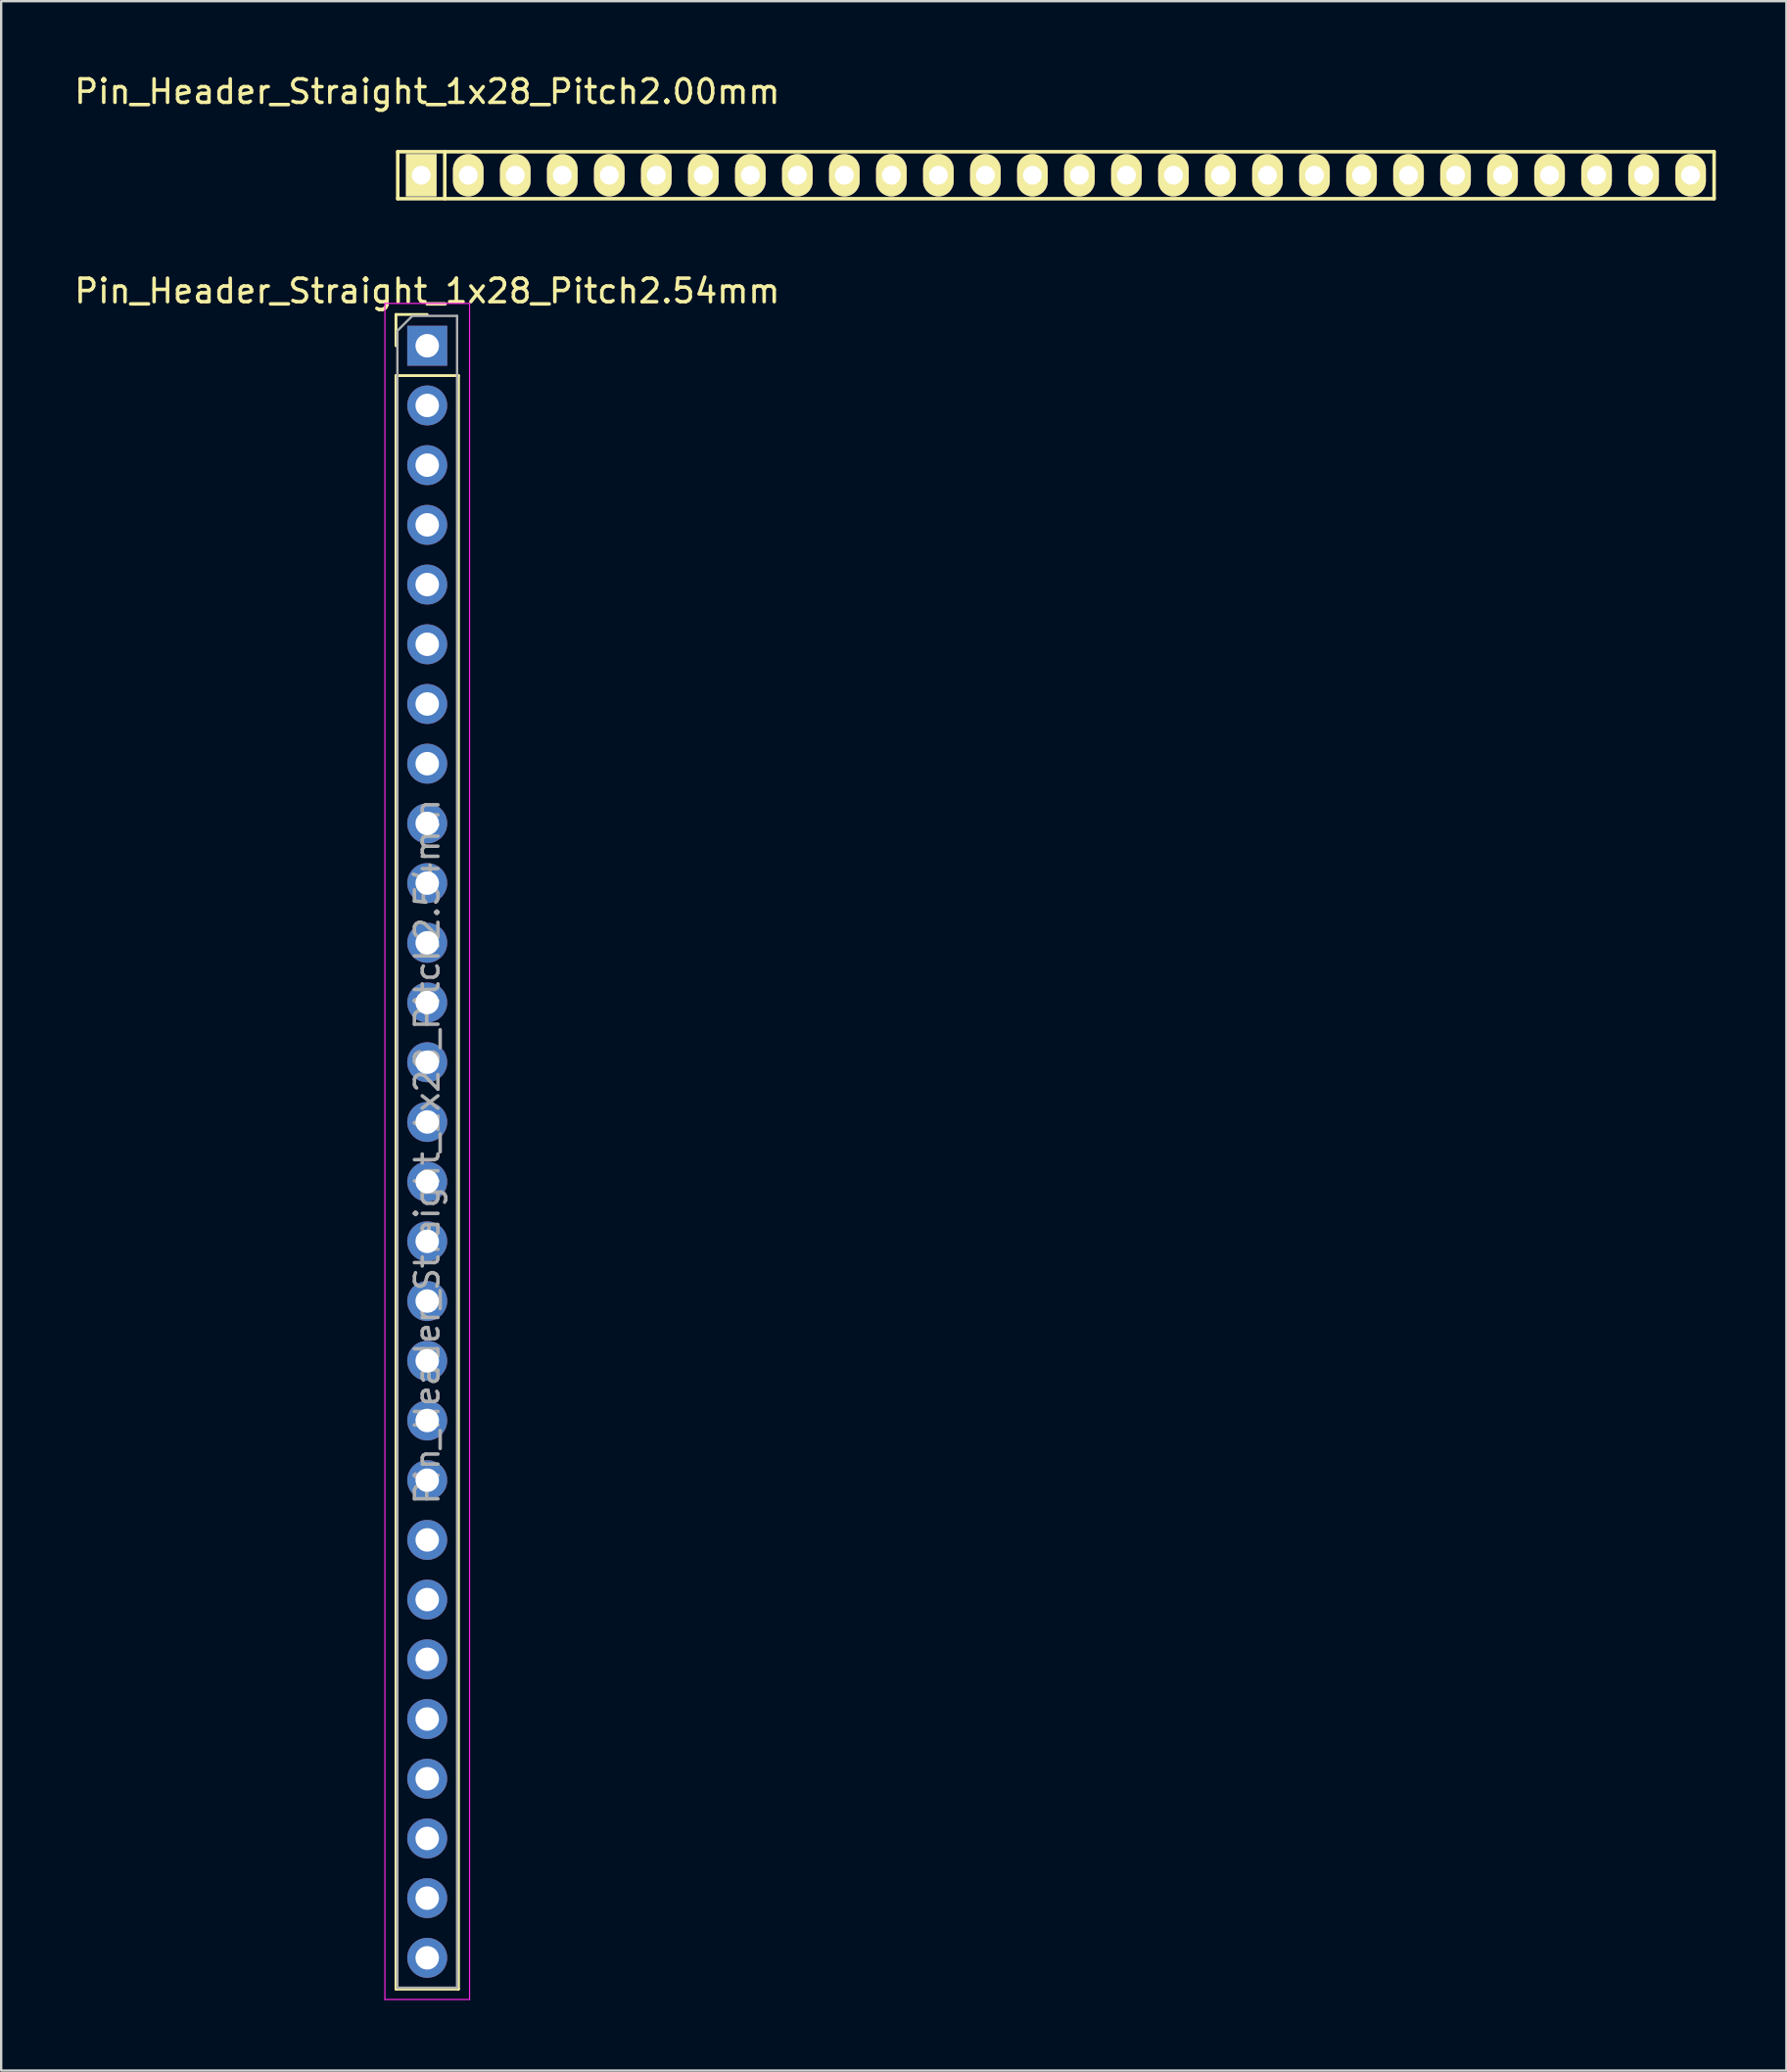
<source format=kicad_pcb>
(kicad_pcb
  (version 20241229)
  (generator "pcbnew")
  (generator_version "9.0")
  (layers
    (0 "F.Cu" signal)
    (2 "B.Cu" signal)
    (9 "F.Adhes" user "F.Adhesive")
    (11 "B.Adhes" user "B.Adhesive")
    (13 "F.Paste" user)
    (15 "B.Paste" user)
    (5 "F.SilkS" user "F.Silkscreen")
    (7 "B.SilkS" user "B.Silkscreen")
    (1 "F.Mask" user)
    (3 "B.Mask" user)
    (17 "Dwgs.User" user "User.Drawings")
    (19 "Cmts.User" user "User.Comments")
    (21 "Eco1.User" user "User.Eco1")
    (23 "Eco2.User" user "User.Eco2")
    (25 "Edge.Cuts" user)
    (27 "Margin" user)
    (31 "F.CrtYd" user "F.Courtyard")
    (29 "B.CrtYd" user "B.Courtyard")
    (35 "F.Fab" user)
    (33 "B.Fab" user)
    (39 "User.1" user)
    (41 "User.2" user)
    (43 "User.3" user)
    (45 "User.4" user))
  (footprint "Pin_Header_Straight_1x28_Pitch2.00mm"
    (layer "F.Cu")
    (at 14.871 4.404)
    (property "Reference" "Pin_Header_Straight_1x28_Pitch2.00mm" (at 0.254 -3.556 0) (layer "F.SilkS") (effects (font (size 1 1) (thickness 0.15))))
    (attr through_hole)
    (fp_line (start -1 -1) (end 55 -1) (stroke (width 0.15) (type solid)) (layer "F.SilkS"))
    (fp_line (start -1 1) (end -1 -1) (stroke (width 0.15) (type solid)) (layer "F.SilkS"))
    (fp_line (start 1 -1) (end 1 1) (stroke (width 0.15) (type solid)) (layer "F.SilkS"))
    (fp_line (start 55 -1) (end 55 1) (stroke (width 0.15) (type solid)) (layer "F.SilkS"))
    (fp_line (start 55 1) (end -1 1) (stroke (width 0.15) (type solid)) (layer "F.SilkS"))
    (pad "1" thru_hole rect (at 0 0) (size 1.3 1.8) (drill 0.8) (layers "*.Cu" "*.Mask" "F.SilkS"))
    (pad "2" thru_hole oval (at 2 0) (size 1.3 1.8) (drill 0.8) (layers "*.Cu" "*.Mask" "F.SilkS"))
    (pad "3" thru_hole oval (at 4 0) (size 1.3 1.8) (drill 0.8) (layers "*.Cu" "*.Mask" "F.SilkS"))
    (pad "4" thru_hole oval (at 6 0) (size 1.3 1.8) (drill 0.8) (layers "*.Cu" "*.Mask" "F.SilkS"))
    (pad "5" thru_hole oval (at 8 0) (size 1.3 1.8) (drill 0.8) (layers "*.Cu" "*.Mask" "F.SilkS"))
    (pad "6" thru_hole oval (at 10 0) (size 1.3 1.8) (drill 0.8) (layers "*.Cu" "*.Mask" "F.SilkS"))
    (pad "7" thru_hole oval (at 12 0) (size 1.3 1.8) (drill 0.8) (layers "*.Cu" "*.Mask" "F.SilkS"))
    (pad "8" thru_hole oval (at 14 0) (size 1.3 1.8) (drill 0.8) (layers "*.Cu" "*.Mask" "F.SilkS"))
    (pad "9" thru_hole oval (at 16 0) (size 1.3 1.8) (drill 0.8) (layers "*.Cu" "*.Mask" "F.SilkS"))
    (pad "10" thru_hole oval (at 18 0) (size 1.3 1.8) (drill 0.8) (layers "*.Cu" "*.Mask" "F.SilkS"))
    (pad "11" thru_hole oval (at 20 0) (size 1.3 1.8) (drill 0.8) (layers "*.Cu" "*.Mask" "F.SilkS"))
    (pad "12" thru_hole oval (at 22 0) (size 1.3 1.8) (drill 0.8) (layers "*.Cu" "*.Mask" "F.SilkS"))
    (pad "13" thru_hole oval (at 24 0) (size 1.3 1.8) (drill 0.8) (layers "*.Cu" "*.Mask" "F.SilkS"))
    (pad "14" thru_hole oval (at 26 0) (size 1.3 1.8) (drill 0.8) (layers "*.Cu" "*.Mask" "F.SilkS"))
    (pad "15" thru_hole oval (at 28 0) (size 1.3 1.8) (drill 0.8) (layers "*.Cu" "*.Mask" "F.SilkS"))
    (pad "16" thru_hole oval (at 30 0) (size 1.3 1.8) (drill 0.8) (layers "*.Cu" "*.Mask" "F.SilkS"))
    (pad "17" thru_hole oval (at 32 0) (size 1.3 1.8) (drill 0.8) (layers "*.Cu" "*.Mask" "F.SilkS"))
    (pad "18" thru_hole oval (at 34 0) (size 1.3 1.8) (drill 0.8) (layers "*.Cu" "*.Mask" "F.SilkS"))
    (pad "19" thru_hole oval (at 36 0) (size 1.3 1.8) (drill 0.8) (layers "*.Cu" "*.Mask" "F.SilkS"))
    (pad "20" thru_hole oval (at 38 0) (size 1.3 1.8) (drill 0.8) (layers "*.Cu" "*.Mask" "F.SilkS"))
    (pad "21" thru_hole oval (at 40 0) (size 1.3 1.8) (drill 0.8) (layers "*.Cu" "*.Mask" "F.SilkS"))
    (pad "22" thru_hole oval (at 42 0) (size 1.3 1.8) (drill 0.8) (layers "*.Cu" "*.Mask" "F.SilkS"))
    (pad "23" thru_hole oval (at 44 0) (size 1.3 1.8) (drill 0.8) (layers "*.Cu" "*.Mask" "F.SilkS"))
    (pad "24" thru_hole oval (at 46 0) (size 1.3 1.8) (drill 0.8) (layers "*.Cu" "*.Mask" "F.SilkS"))
    (pad "25" thru_hole oval (at 48 0) (size 1.3 1.8) (drill 0.8) (layers "*.Cu" "*.Mask" "F.SilkS"))
    (pad "26" thru_hole oval (at 50 0) (size 1.3 1.8) (drill 0.8) (layers "*.Cu" "*.Mask" "F.SilkS"))
    (pad "27" thru_hole oval (at 52 0) (size 1.3 1.8) (drill 0.8) (layers "*.Cu" "*.Mask" "F.SilkS"))
    (pad "28" thru_hole oval (at 54 0) (size 1.3 1.8) (drill 0.8) (layers "*.Cu" "*.Mask" "F.SilkS")))
  (footprint "Pin_Header_Straight_1x28_Pitch2.54mm"
    (layer "F.Cu")
    (at 15.125 11.658)
    (property "Reference" "Pin_Header_Straight_1x28_Pitch2.54mm" (at 0 -2.33 0) (layer "F.SilkS") (effects (font (size 1 1) (thickness 0.15))))
    (attr through_hole)
    (fp_line (start -1.33 -1.33) (end 0 -1.33) (stroke (width 0.12) (type solid)) (layer "F.SilkS"))
    (fp_line (start -1.33 0) (end -1.33 -1.33) (stroke (width 0.12) (type solid)) (layer "F.SilkS"))
    (fp_line (start -1.33 1.27) (end -1.33 69.91) (stroke (width 0.12) (type solid)) (layer "F.SilkS"))
    (fp_line (start -1.33 69.91) (end 1.33 69.91) (stroke (width 0.12) (type solid)) (layer "F.SilkS"))
    (fp_line (start 1.33 1.27) (end -1.33 1.27) (stroke (width 0.12) (type solid)) (layer "F.SilkS"))
    (fp_line (start 1.33 69.91) (end 1.33 1.27) (stroke (width 0.12) (type solid)) (layer "F.SilkS"))
    (fp_line (start -1.8 -1.8) (end -1.8 70.35) (stroke (width 0.05) (type solid)) (layer "F.CrtYd"))
    (fp_line (start -1.8 70.35) (end 1.8 70.35) (stroke (width 0.05) (type solid)) (layer "F.CrtYd"))
    (fp_line (start 1.8 -1.8) (end -1.8 -1.8) (stroke (width 0.05) (type solid)) (layer "F.CrtYd"))
    (fp_line (start 1.8 70.35) (end 1.8 -1.8) (stroke (width 0.05) (type solid)) (layer "F.CrtYd"))
    (fp_line (start -1.27 -0.635) (end -0.635 -1.27) (stroke (width 0.1) (type solid)) (layer "F.Fab"))
    (fp_line (start -1.27 69.85) (end -1.27 -0.635) (stroke (width 0.1) (type solid)) (layer "F.Fab"))
    (fp_line (start -0.635 -1.27) (end 1.27 -1.27) (stroke (width 0.1) (type solid)) (layer "F.Fab"))
    (fp_line (start 1.27 -1.27) (end 1.27 69.85) (stroke (width 0.1) (type solid)) (layer "F.Fab"))
    (fp_line (start 1.27 69.85) (end -1.27 69.85) (stroke (width 0.1) (type solid)) (layer "F.Fab"))
    (fp_text user "${REFERENCE}" (at 0 34.29 90) (layer "F.Fab") (effects (font (size 1 1) (thickness 0.15))))
    (pad "1" thru_hole rect (at 0 0) (size 1.7 1.7) (drill 1) (layers "*.Cu" "*.Mask"))
    (pad "2" thru_hole oval (at 0 2.54) (size 1.7 1.7) (drill 1) (layers "*.Cu" "*.Mask"))
    (pad "3" thru_hole oval (at 0 5.08) (size 1.7 1.7) (drill 1) (layers "*.Cu" "*.Mask"))
    (pad "4" thru_hole oval (at 0 7.62) (size 1.7 1.7) (drill 1) (layers "*.Cu" "*.Mask"))
    (pad "5" thru_hole oval (at 0 10.16) (size 1.7 1.7) (drill 1) (layers "*.Cu" "*.Mask"))
    (pad "6" thru_hole oval (at 0 12.7) (size 1.7 1.7) (drill 1) (layers "*.Cu" "*.Mask"))
    (pad "7" thru_hole oval (at 0 15.24) (size 1.7 1.7) (drill 1) (layers "*.Cu" "*.Mask"))
    (pad "8" thru_hole oval (at 0 17.78) (size 1.7 1.7) (drill 1) (layers "*.Cu" "*.Mask"))
    (pad "9" thru_hole oval (at 0 20.32) (size 1.7 1.7) (drill 1) (layers "*.Cu" "*.Mask"))
    (pad "10" thru_hole oval (at 0 22.86) (size 1.7 1.7) (drill 1) (layers "*.Cu" "*.Mask"))
    (pad "11" thru_hole oval (at 0 25.4) (size 1.7 1.7) (drill 1) (layers "*.Cu" "*.Mask"))
    (pad "12" thru_hole oval (at 0 27.94) (size 1.7 1.7) (drill 1) (layers "*.Cu" "*.Mask"))
    (pad "13" thru_hole oval (at 0 30.48) (size 1.7 1.7) (drill 1) (layers "*.Cu" "*.Mask"))
    (pad "14" thru_hole oval (at 0 33.02) (size 1.7 1.7) (drill 1) (layers "*.Cu" "*.Mask"))
    (pad "15" thru_hole oval (at 0 35.56) (size 1.7 1.7) (drill 1) (layers "*.Cu" "*.Mask"))
    (pad "16" thru_hole oval (at 0 38.1) (size 1.7 1.7) (drill 1) (layers "*.Cu" "*.Mask"))
    (pad "17" thru_hole oval (at 0 40.64) (size 1.7 1.7) (drill 1) (layers "*.Cu" "*.Mask"))
    (pad "18" thru_hole oval (at 0 43.18) (size 1.7 1.7) (drill 1) (layers "*.Cu" "*.Mask"))
    (pad "19" thru_hole oval (at 0 45.72) (size 1.7 1.7) (drill 1) (layers "*.Cu" "*.Mask"))
    (pad "20" thru_hole oval (at 0 48.26) (size 1.7 1.7) (drill 1) (layers "*.Cu" "*.Mask"))
    (pad "21" thru_hole oval (at 0 50.8) (size 1.7 1.7) (drill 1) (layers "*.Cu" "*.Mask"))
    (pad "22" thru_hole oval (at 0 53.34) (size 1.7 1.7) (drill 1) (layers "*.Cu" "*.Mask"))
    (pad "23" thru_hole oval (at 0 55.88) (size 1.7 1.7) (drill 1) (layers "*.Cu" "*.Mask"))
    (pad "24" thru_hole oval (at 0 58.42) (size 1.7 1.7) (drill 1) (layers "*.Cu" "*.Mask"))
    (pad "25" thru_hole oval (at 0 60.96) (size 1.7 1.7) (drill 1) (layers "*.Cu" "*.Mask"))
    (pad "26" thru_hole oval (at 0 63.5) (size 1.7 1.7) (drill 1) (layers "*.Cu" "*.Mask"))
    (pad "27" thru_hole oval (at 0 66.04) (size 1.7 1.7) (drill 1) (layers "*.Cu" "*.Mask"))
    (pad "28" thru_hole oval (at 0 68.58) (size 1.7 1.7) (drill 1) (layers "*.Cu" "*.Mask")))
  (gr_rect
    (start -3 -3)
    (end 72.946 85.032)
    (stroke (width 0.1) (type default))
    (fill no)
    (layer "Edge.Cuts")))
</source>
